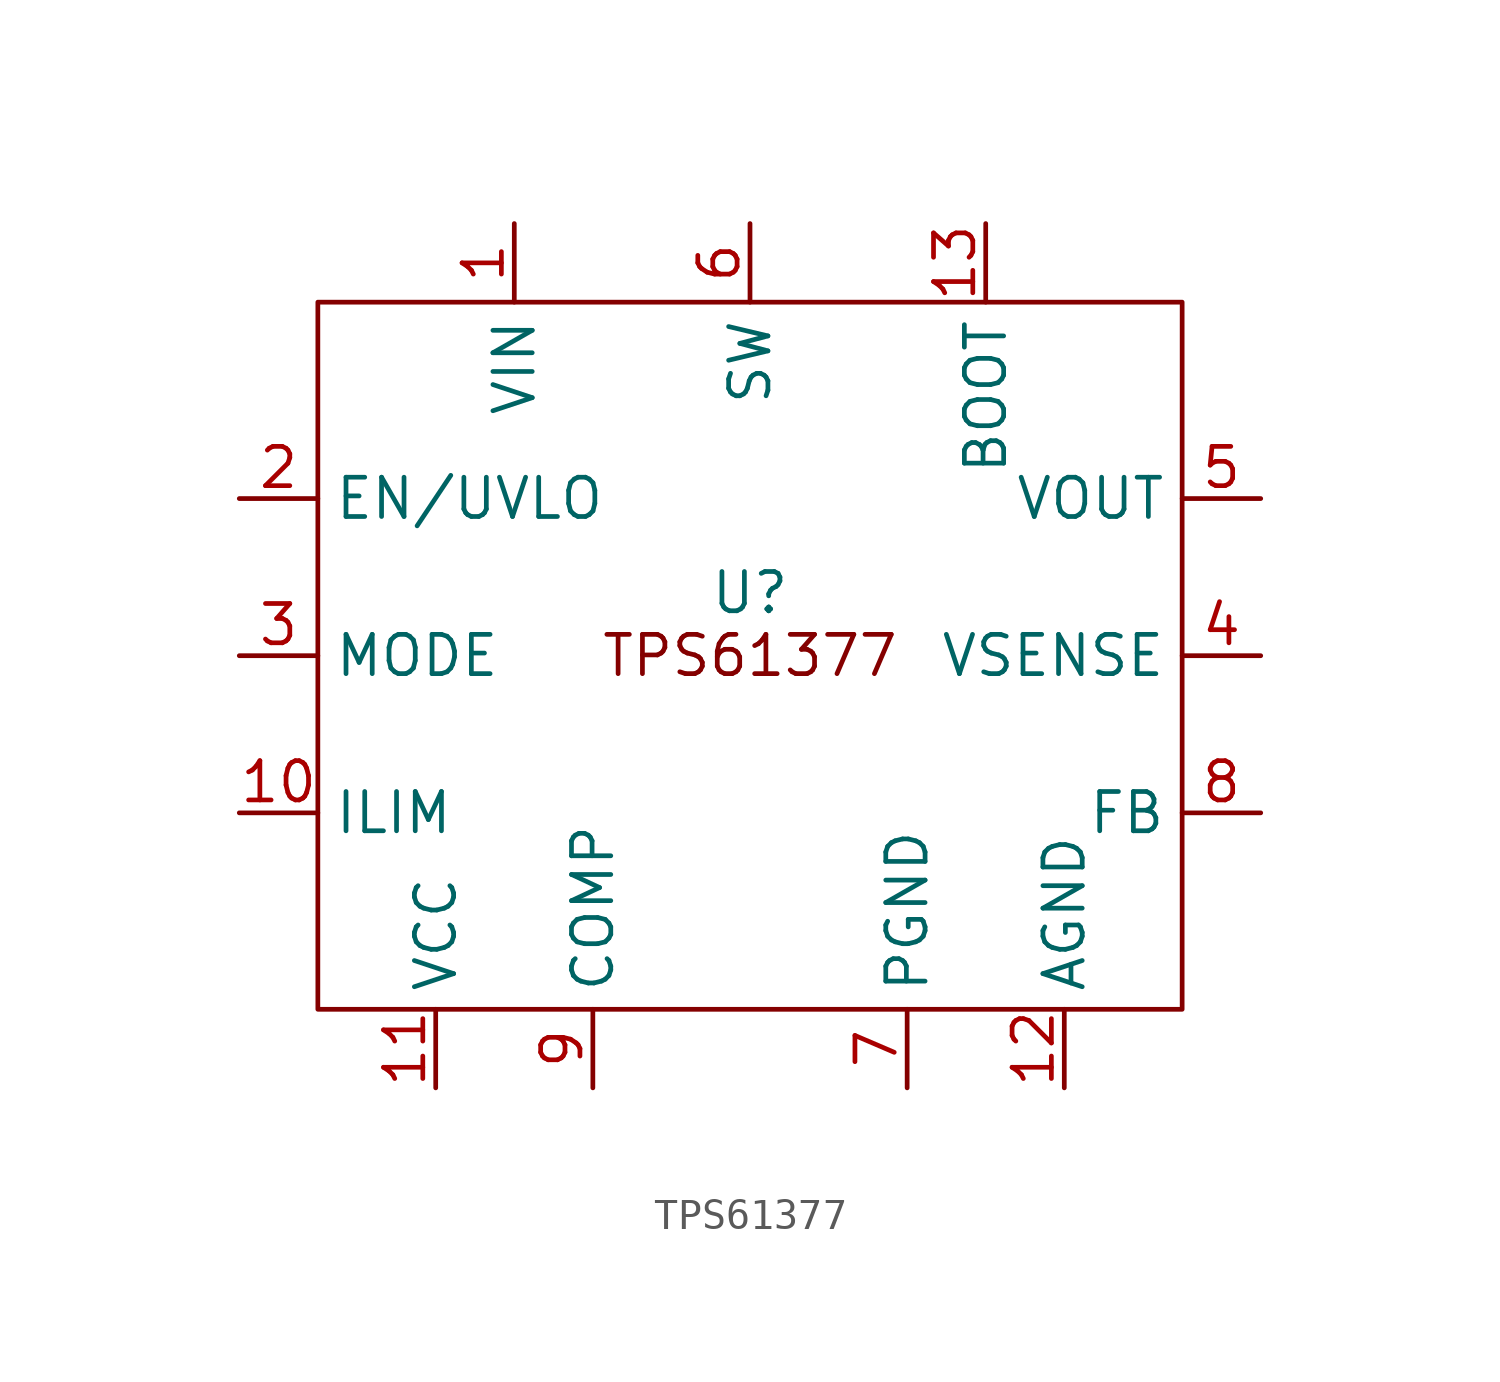
<source format=kicad_sym>
(kicad_symbol_lib
  (version 20231120)
  (generator "kicad_symbol_editor")
  (generator_version "8.0")
  (symbol "TPS61377"
    (property "Reference" "U"
      (at 0 2.032 0)
      (effects (font (size 1.27 1.27))))
    (property "Value" ""
      (at 0 0 0)
      (effects (font (size 1.27 1.27))))
    (symbol "TPS61377_0_1"
      (rectangle (start -13.97 11.43) (end 13.97 -11.43) (stroke (width 0) (type default)) (fill (type none))))
    (symbol "TPS61377_1_1"
      (text "TPS61377" (at 0 0 0) (effects (font (size 1.27 1.27))))
      (pin power_in line (at -7.62 13.97 270) (length 2.54) (name "VIN" (effects (font (size 1.27 1.27)))) (number "1" (effects (font (size 1.27 1.27)))))
      (pin input line (at -16.51 -5.08 0) (length 2.54) (name "ILIM" (effects (font (size 1.27 1.27)))) (number "10" (effects (font (size 1.27 1.27)))))
      (pin output line (at -10.16 -13.97 90) (length 2.54) (name "VCC" (effects (font (size 1.27 1.27)))) (number "11" (effects (font (size 1.27 1.27)))))
      (pin power_in line (at 10.16 -13.97 90) (length 2.54) (name "AGND" (effects (font (size 1.27 1.27)))) (number "12" (effects (font (size 1.27 1.27)))))
      (pin output line (at 7.62 13.97 270) (length 2.54) (name "BOOT" (effects (font (size 1.27 1.27)))) (number "13" (effects (font (size 1.27 1.27)))))
      (pin input line (at -16.51 5.08 0) (length 2.54) (name "EN/UVLO" (effects (font (size 1.27 1.27)))) (number "2" (effects (font (size 1.27 1.27)))))
      (pin input line (at -16.51 0 0) (length 2.54) (name "MODE" (effects (font (size 1.27 1.27)))) (number "3" (effects (font (size 1.27 1.27)))))
      (pin input line (at 16.51 0 180) (length 2.54) (name "VSENSE" (effects (font (size 1.27 1.27)))) (number "4" (effects (font (size 1.27 1.27)))))
      (pin power_out line (at 16.51 5.08 180) (length 2.54) (name "VOUT" (effects (font (size 1.27 1.27)))) (number "5" (effects (font (size 1.27 1.27)))))
      (pin power_out line (at 0 13.97 270) (length 2.54) (name "SW" (effects (font (size 1.27 1.27)))) (number "6" (effects (font (size 1.27 1.27)))))
      (pin power_in line (at 5.08 -13.97 90) (length 2.54) (name "PGND" (effects (font (size 1.27 1.27)))) (number "7" (effects (font (size 1.27 1.27)))))
      (pin input line (at 16.51 -5.08 180) (length 2.54) (name "FB" (effects (font (size 1.27 1.27)))) (number "8" (effects (font (size 1.27 1.27)))))
      (pin output line (at -5.08 -13.97 90) (length 2.54) (name "COMP" (effects (font (size 1.27 1.27)))) (number "9" (effects (font (size 1.27 1.27))))))))
</source>
